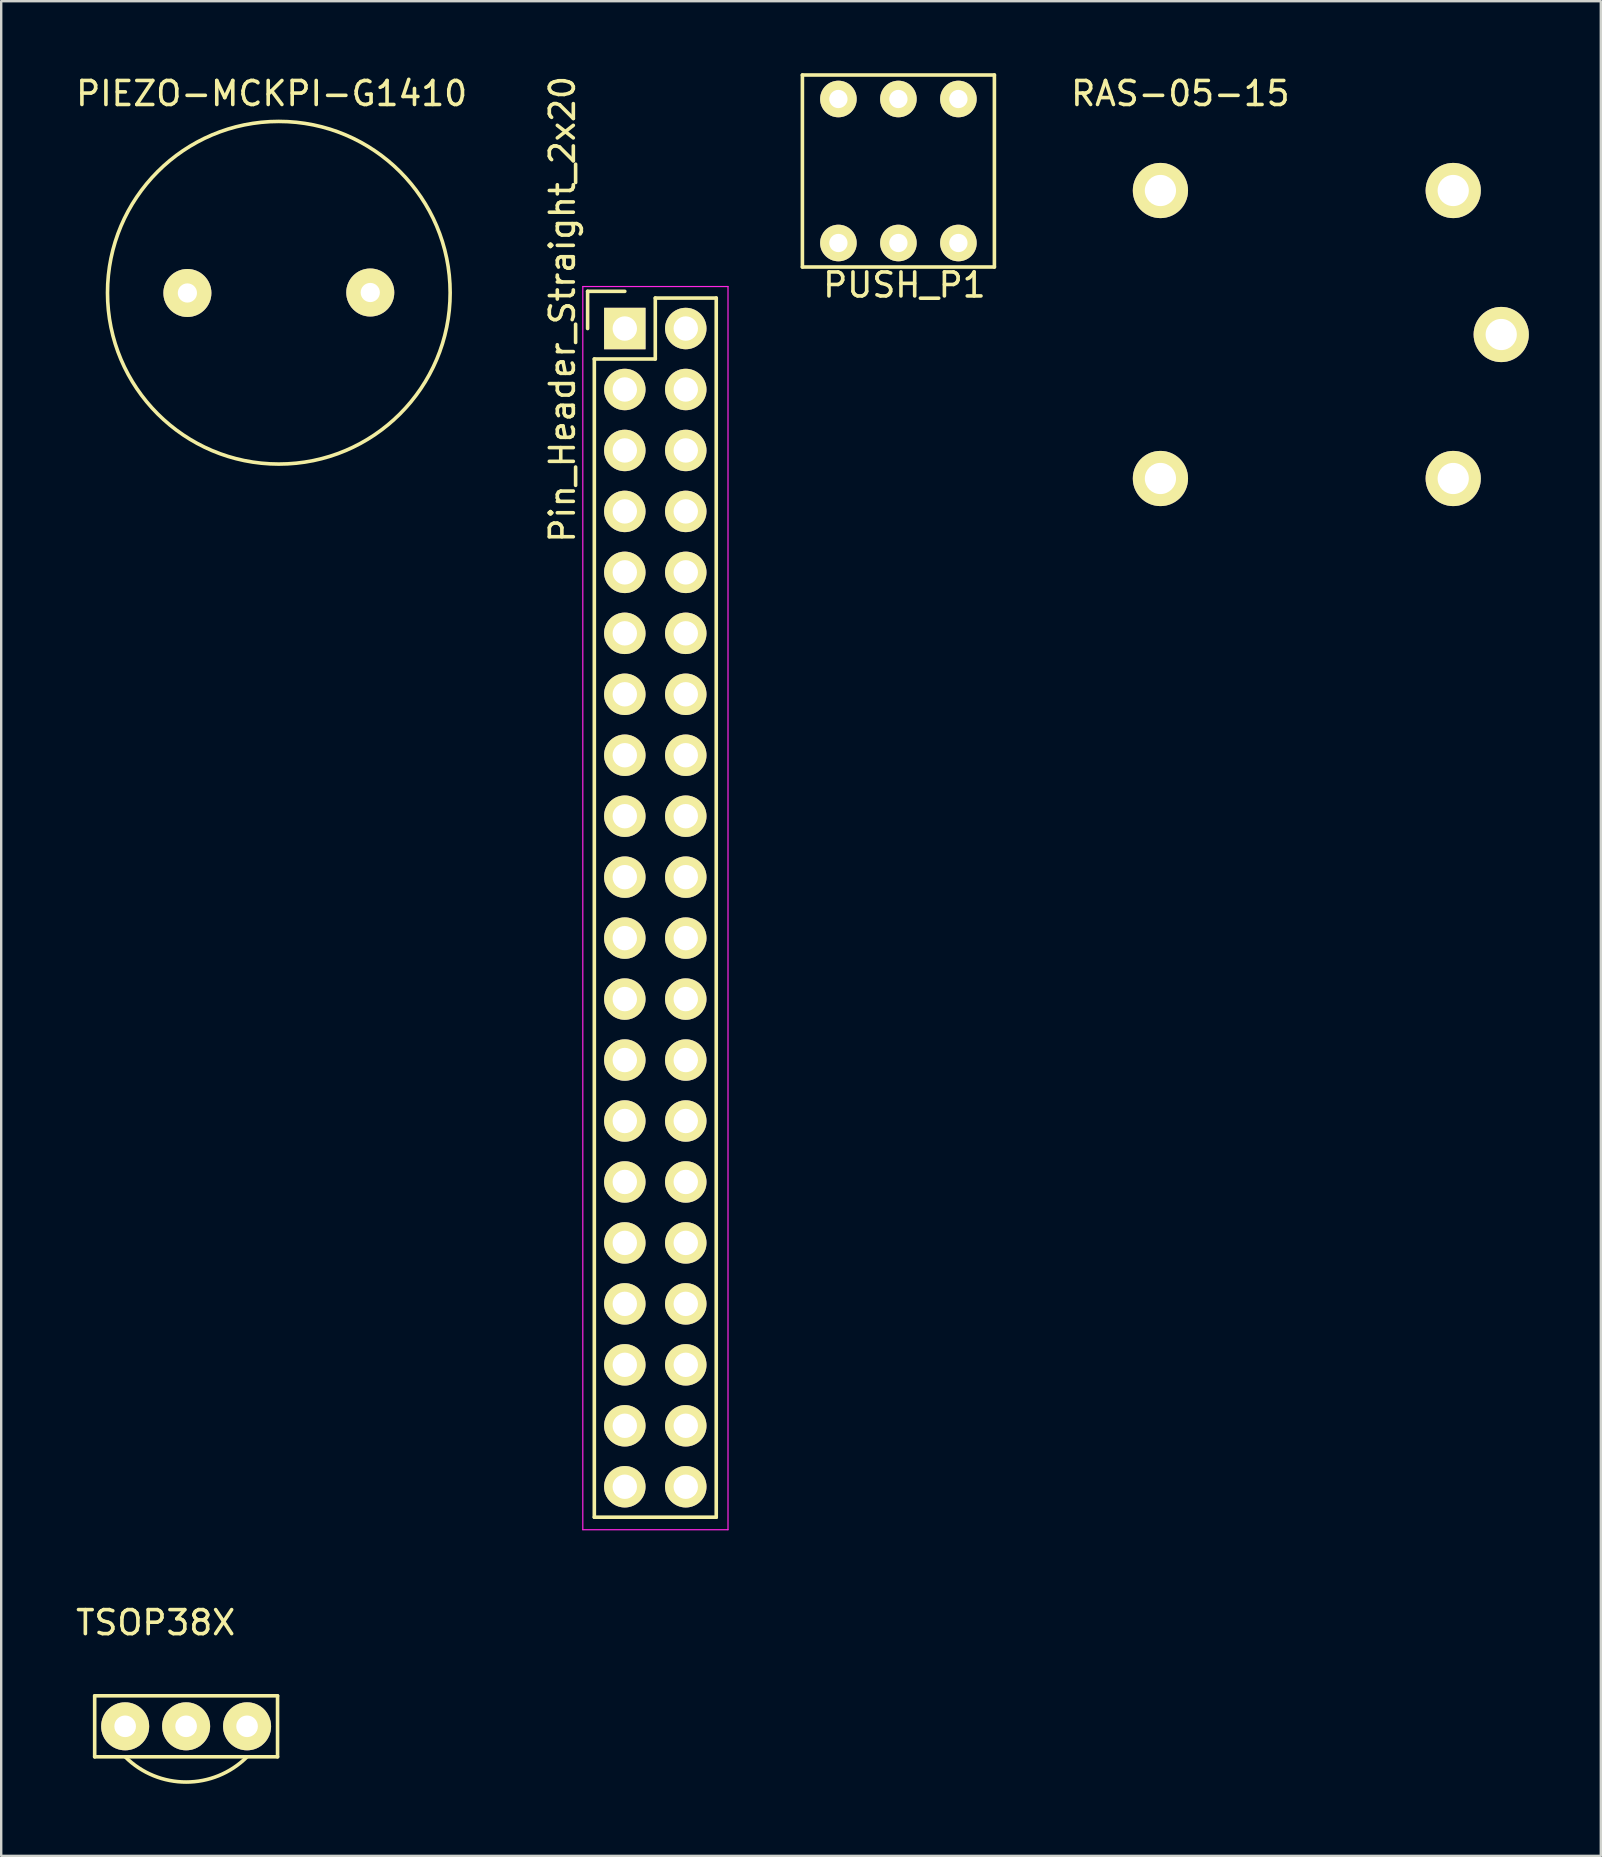
<source format=kicad_pcb>
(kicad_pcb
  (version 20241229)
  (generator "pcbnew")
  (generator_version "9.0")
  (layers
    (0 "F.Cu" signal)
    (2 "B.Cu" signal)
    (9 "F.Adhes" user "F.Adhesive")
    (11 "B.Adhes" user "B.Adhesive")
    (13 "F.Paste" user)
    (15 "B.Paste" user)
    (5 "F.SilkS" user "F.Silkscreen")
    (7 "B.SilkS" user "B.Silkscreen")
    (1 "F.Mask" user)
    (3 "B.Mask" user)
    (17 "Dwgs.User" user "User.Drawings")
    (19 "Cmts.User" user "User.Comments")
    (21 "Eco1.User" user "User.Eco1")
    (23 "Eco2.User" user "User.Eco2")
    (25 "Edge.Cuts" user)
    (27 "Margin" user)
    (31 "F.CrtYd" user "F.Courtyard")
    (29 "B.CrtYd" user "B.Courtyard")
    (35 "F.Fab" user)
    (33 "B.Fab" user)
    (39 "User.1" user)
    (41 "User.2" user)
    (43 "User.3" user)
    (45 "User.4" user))
  (footprint "PIEZO-MCKPI-G1410"
    (layer "F.Cu")
    (at 8.568 9.148)
    (property "Reference" "PIEZO-MCKPI-G1410" (at -0.3 -8.3 0) (layer "F.SilkS") (effects (font (size 1 1) (thickness 0.15))))
    (attr through_hole)
    (fp_circle (center 0 0) (end 7 1.4) (stroke (width 0.15) (type solid)) (fill no) (layer "F.SilkS"))
    (pad "1" thru_hole circle (at -3.81 0.01) (size 2 2) (drill 0.8) (layers "*.Cu" "*.Mask" "F.SilkS"))
    (pad "2" thru_hole circle (at 3.81 -0.01) (size 2 2) (drill 0.8) (layers "*.Cu" "*.Mask" "F.SilkS")))
  (footprint "Pin_Header_Straight_2x20"
    (layer "F.Cu")
    (at 24.254 34.769)
    (property "Reference" "Pin_Header_Straight_2x20" (at -3.87 -24.93 90) (layer "F.SilkS") (effects (font (size 1 1) (thickness 0.15))))
    (attr through_hole)
    (fp_line (start -2.82 -25.68) (end -2.82 -24.13) (stroke (width 0.15) (type solid)) (layer "F.SilkS"))
    (fp_line (start -2.54 -22.86) (end -2.54 25.4) (stroke (width 0.15) (type solid)) (layer "F.SilkS"))
    (fp_line (start -1.27 -25.68) (end -2.82 -25.68) (stroke (width 0.15) (type solid)) (layer "F.SilkS"))
    (fp_line (start 0 -25.4) (end 0 -22.86) (stroke (width 0.15) (type solid)) (layer "F.SilkS"))
    (fp_line (start 0 -22.86) (end -2.54 -22.86) (stroke (width 0.15) (type solid)) (layer "F.SilkS"))
    (fp_line (start 2.54 -25.4) (end 0 -25.4) (stroke (width 0.15) (type solid)) (layer "F.SilkS"))
    (fp_line (start 2.54 25.4) (end -2.54 25.4) (stroke (width 0.15) (type solid)) (layer "F.SilkS"))
    (fp_line (start 2.54 25.4) (end 2.54 -25.4) (stroke (width 0.15) (type solid)) (layer "F.SilkS"))
    (fp_line (start -3.02 -25.88) (end -3.02 25.92) (stroke (width 0.05) (type solid)) (layer "F.CrtYd"))
    (fp_line (start -3.02 -25.88) (end 3.03 -25.88) (stroke (width 0.05) (type solid)) (layer "F.CrtYd"))
    (fp_line (start -3.02 25.92) (end 3.03 25.92) (stroke (width 0.05) (type solid)) (layer "F.CrtYd"))
    (fp_line (start 3.03 -25.88) (end 3.03 25.92) (stroke (width 0.05) (type solid)) (layer "F.CrtYd"))
    (pad "1" thru_hole rect (at -1.27 -24.13) (size 1.727 1.727) (drill 1.016) (layers "*.Cu" "*.Mask" "F.SilkS"))
    (pad "2" thru_hole oval (at 1.27 -24.13) (size 1.727 1.727) (drill 1.016) (layers "*.Cu" "*.Mask" "F.SilkS"))
    (pad "3" thru_hole oval (at -1.27 -21.59) (size 1.727 1.727) (drill 1.016) (layers "*.Cu" "*.Mask" "F.SilkS"))
    (pad "4" thru_hole oval (at 1.27 -21.59) (size 1.727 1.727) (drill 1.016) (layers "*.Cu" "*.Mask" "F.SilkS"))
    (pad "5" thru_hole oval (at -1.27 -19.05) (size 1.727 1.727) (drill 1.016) (layers "*.Cu" "*.Mask" "F.SilkS"))
    (pad "6" thru_hole oval (at 1.27 -19.05) (size 1.727 1.727) (drill 1.016) (layers "*.Cu" "*.Mask" "F.SilkS"))
    (pad "7" thru_hole oval (at -1.27 -16.51) (size 1.727 1.727) (drill 1.016) (layers "*.Cu" "*.Mask" "F.SilkS"))
    (pad "8" thru_hole oval (at 1.27 -16.51) (size 1.727 1.727) (drill 1.016) (layers "*.Cu" "*.Mask" "F.SilkS"))
    (pad "9" thru_hole oval (at -1.27 -13.97) (size 1.727 1.727) (drill 1.016) (layers "*.Cu" "*.Mask" "F.SilkS"))
    (pad "10" thru_hole oval (at 1.27 -13.97) (size 1.727 1.727) (drill 1.016) (layers "*.Cu" "*.Mask" "F.SilkS"))
    (pad "11" thru_hole oval (at -1.27 -11.43) (size 1.727 1.727) (drill 1.016) (layers "*.Cu" "*.Mask" "F.SilkS"))
    (pad "12" thru_hole oval (at 1.27 -11.43) (size 1.727 1.727) (drill 1.016) (layers "*.Cu" "*.Mask" "F.SilkS"))
    (pad "13" thru_hole oval (at -1.27 -8.89) (size 1.727 1.727) (drill 1.016) (layers "*.Cu" "*.Mask" "F.SilkS"))
    (pad "14" thru_hole oval (at 1.27 -8.89) (size 1.727 1.727) (drill 1.016) (layers "*.Cu" "*.Mask" "F.SilkS"))
    (pad "15" thru_hole oval (at -1.27 -6.35) (size 1.727 1.727) (drill 1.016) (layers "*.Cu" "*.Mask" "F.SilkS"))
    (pad "16" thru_hole oval (at 1.27 -6.35) (size 1.727 1.727) (drill 1.016) (layers "*.Cu" "*.Mask" "F.SilkS"))
    (pad "17" thru_hole oval (at -1.27 -3.81) (size 1.727 1.727) (drill 1.016) (layers "*.Cu" "*.Mask" "F.SilkS"))
    (pad "18" thru_hole oval (at 1.27 -3.81) (size 1.727 1.727) (drill 1.016) (layers "*.Cu" "*.Mask" "F.SilkS"))
    (pad "19" thru_hole oval (at -1.27 -1.27) (size 1.727 1.727) (drill 1.016) (layers "*.Cu" "*.Mask" "F.SilkS"))
    (pad "20" thru_hole oval (at 1.27 -1.27) (size 1.727 1.727) (drill 1.016) (layers "*.Cu" "*.Mask" "F.SilkS"))
    (pad "21" thru_hole oval (at -1.27 1.27) (size 1.727 1.727) (drill 1.016) (layers "*.Cu" "*.Mask" "F.SilkS"))
    (pad "22" thru_hole oval (at 1.27 1.27) (size 1.727 1.727) (drill 1.016) (layers "*.Cu" "*.Mask" "F.SilkS"))
    (pad "23" thru_hole oval (at -1.27 3.81) (size 1.727 1.727) (drill 1.016) (layers "*.Cu" "*.Mask" "F.SilkS"))
    (pad "24" thru_hole oval (at 1.27 3.81) (size 1.727 1.727) (drill 1.016) (layers "*.Cu" "*.Mask" "F.SilkS"))
    (pad "25" thru_hole oval (at -1.27 6.35) (size 1.727 1.727) (drill 1.016) (layers "*.Cu" "*.Mask" "F.SilkS"))
    (pad "26" thru_hole oval (at 1.27 6.35) (size 1.727 1.727) (drill 1.016) (layers "*.Cu" "*.Mask" "F.SilkS"))
    (pad "27" thru_hole oval (at -1.27 8.89) (size 1.727 1.727) (drill 1.016) (layers "*.Cu" "*.Mask" "F.SilkS"))
    (pad "28" thru_hole oval (at 1.27 8.89) (size 1.727 1.727) (drill 1.016) (layers "*.Cu" "*.Mask" "F.SilkS"))
    (pad "29" thru_hole oval (at -1.27 11.43) (size 1.727 1.727) (drill 1.016) (layers "*.Cu" "*.Mask" "F.SilkS"))
    (pad "30" thru_hole oval (at 1.27 11.43) (size 1.727 1.727) (drill 1.016) (layers "*.Cu" "*.Mask" "F.SilkS"))
    (pad "31" thru_hole oval (at -1.27 13.97) (size 1.727 1.727) (drill 1.016) (layers "*.Cu" "*.Mask" "F.SilkS"))
    (pad "32" thru_hole oval (at 1.27 13.97) (size 1.727 1.727) (drill 1.016) (layers "*.Cu" "*.Mask" "F.SilkS"))
    (pad "33" thru_hole oval (at -1.27 16.51) (size 1.727 1.727) (drill 1.016) (layers "*.Cu" "*.Mask" "F.SilkS"))
    (pad "34" thru_hole oval (at 1.27 16.51) (size 1.727 1.727) (drill 1.016) (layers "*.Cu" "*.Mask" "F.SilkS"))
    (pad "35" thru_hole oval (at -1.27 19.05) (size 1.727 1.727) (drill 1.016) (layers "*.Cu" "*.Mask" "F.SilkS"))
    (pad "36" thru_hole oval (at 1.27 19.05) (size 1.727 1.727) (drill 1.016) (layers "*.Cu" "*.Mask" "F.SilkS"))
    (pad "37" thru_hole oval (at -1.27 21.59) (size 1.727 1.727) (drill 1.016) (layers "*.Cu" "*.Mask" "F.SilkS"))
    (pad "38" thru_hole oval (at 1.27 21.59) (size 1.727 1.727) (drill 1.016) (layers "*.Cu" "*.Mask" "F.SilkS"))
    (pad "39" thru_hole oval (at -1.27 24.13) (size 1.727 1.727) (drill 1.016) (layers "*.Cu" "*.Mask" "F.SilkS"))
    (pad "40" thru_hole oval (at 1.27 24.13) (size 1.727 1.727) (drill 1.016) (layers "*.Cu" "*.Mask" "F.SilkS")))
  (footprint "PUSH_P1"
    (layer "F.Cu")
    (at 34.384 4.075)
    (property "Reference" "PUSH_P1" (at 0.25 4.75 0) (layer "F.SilkS") (effects (font (size 1 1) (thickness 0.15))))
    (attr through_hole)
    (fp_line (start -4 -4) (end 4 -4) (stroke (width 0.15) (type solid)) (layer "F.SilkS"))
    (fp_line (start -4 4) (end -4 -4) (stroke (width 0.15) (type solid)) (layer "F.SilkS"))
    (fp_line (start 4 -4) (end 4 4) (stroke (width 0.15) (type solid)) (layer "F.SilkS"))
    (fp_line (start 4 4) (end -4 4) (stroke (width 0.15) (type solid)) (layer "F.SilkS"))
    (pad "1" thru_hole circle (at 0 -3) (size 1.524 1.524) (drill 0.762) (layers "*.Cu" "*.Mask" "F.SilkS"))
    (pad "1" thru_hole circle (at 0 3) (size 1.524 1.524) (drill 0.762) (layers "*.Cu" "*.Mask" "F.SilkS"))
    (pad "2" thru_hole circle (at -2.5 3) (size 1.524 1.524) (drill 0.762) (layers "*.Cu" "*.Mask" "F.SilkS"))
    (pad "2" thru_hole circle (at 2.5 -3) (size 1.524 1.524) (drill 0.762) (layers "*.Cu" "*.Mask" "F.SilkS"))
    (pad "3" thru_hole circle (at -2.5 -3) (size 1.524 1.524) (drill 0.762) (layers "*.Cu" "*.Mask" "F.SilkS"))
    (pad "3" thru_hole circle (at 2.5 3) (size 1.524 1.524) (drill 0.762) (layers "*.Cu" "*.Mask" "F.SilkS")))
  (footprint "TSOP38X"
    (layer "F.Cu")
    (at 4.705 66.341)
    (property "Reference" "TSOP38X" (at -1.27 -1.778 0) (layer "F.SilkS") (effects (font (size 1 1) (thickness 0.15))))
    (attr through_hole)
    (fp_line (start -3.81 1.27) (end 3.81 1.27) (stroke (width 0.15) (type solid)) (layer "F.SilkS"))
    (fp_line (start -3.81 3.81) (end -3.81 1.27) (stroke (width 0.15) (type solid)) (layer "F.SilkS"))
    (fp_line (start 3.81 1.27) (end 3.81 3.81) (stroke (width 0.15) (type solid)) (layer "F.SilkS"))
    (fp_line (start 3.81 3.81) (end -3.81 3.81) (stroke (width 0.15) (type solid)) (layer "F.SilkS"))
    (fp_arc (start 2.54 3.81) (mid 0 4.862102) (end -2.54 3.81) (stroke (width 0.15) (type solid)) (layer "F.SilkS"))
    (pad "1" thru_hole circle (at -2.54 2.54) (size 2 2) (drill 0.9) (layers "*.Cu" "*.Mask" "F.SilkS"))
    (pad "2" thru_hole circle (at 0 2.54) (size 2 2) (drill 0.9) (layers "*.Cu" "*.Mask" "F.SilkS"))
    (pad "3" thru_hole circle (at 2.54 2.54) (size 2 2) (drill 0.9) (layers "*.Cu" "*.Mask" "F.SilkS")))
  (footprint "RAS-05-15"
    (layer "F.Cu")
    (at 47.402 3.388)
    (property "Reference" "RAS-05-15" (at -1.27 -2.54 0) (layer "F.SilkS") (effects (font (size 1 1) (thickness 0.15))))
    (attr through_hole)
    (pad "1" thru_hole circle (at -2.1 1.5) (size 2.3 2.3) (drill 1.3) (layers "*.Cu" "*.Mask" "F.SilkS"))
    (pad "2" thru_hole circle (at 10.1 1.5) (size 2.3 2.3) (drill 1.3) (layers "*.Cu" "*.Mask" "F.SilkS"))
    (pad "3" thru_hole circle (at -2.1 13.5) (size 2.3 2.3) (drill 1.3) (layers "*.Cu" "*.Mask" "F.SilkS"))
    (pad "4" thru_hole circle (at 10.1 13.5) (size 2.3 2.3) (drill 1.3) (layers "*.Cu" "*.Mask" "F.SilkS"))
    (pad "5" thru_hole circle (at 12.1 7.5) (size 2.3 2.3) (drill 1.3) (layers "*.Cu" "*.Mask" "F.SilkS")))
  (gr_rect
    (start -3 -3)
    (end 63.652 74.278)
    (stroke (width 0.1) (type default))
    (fill no)
    (layer "Edge.Cuts")))
</source>
